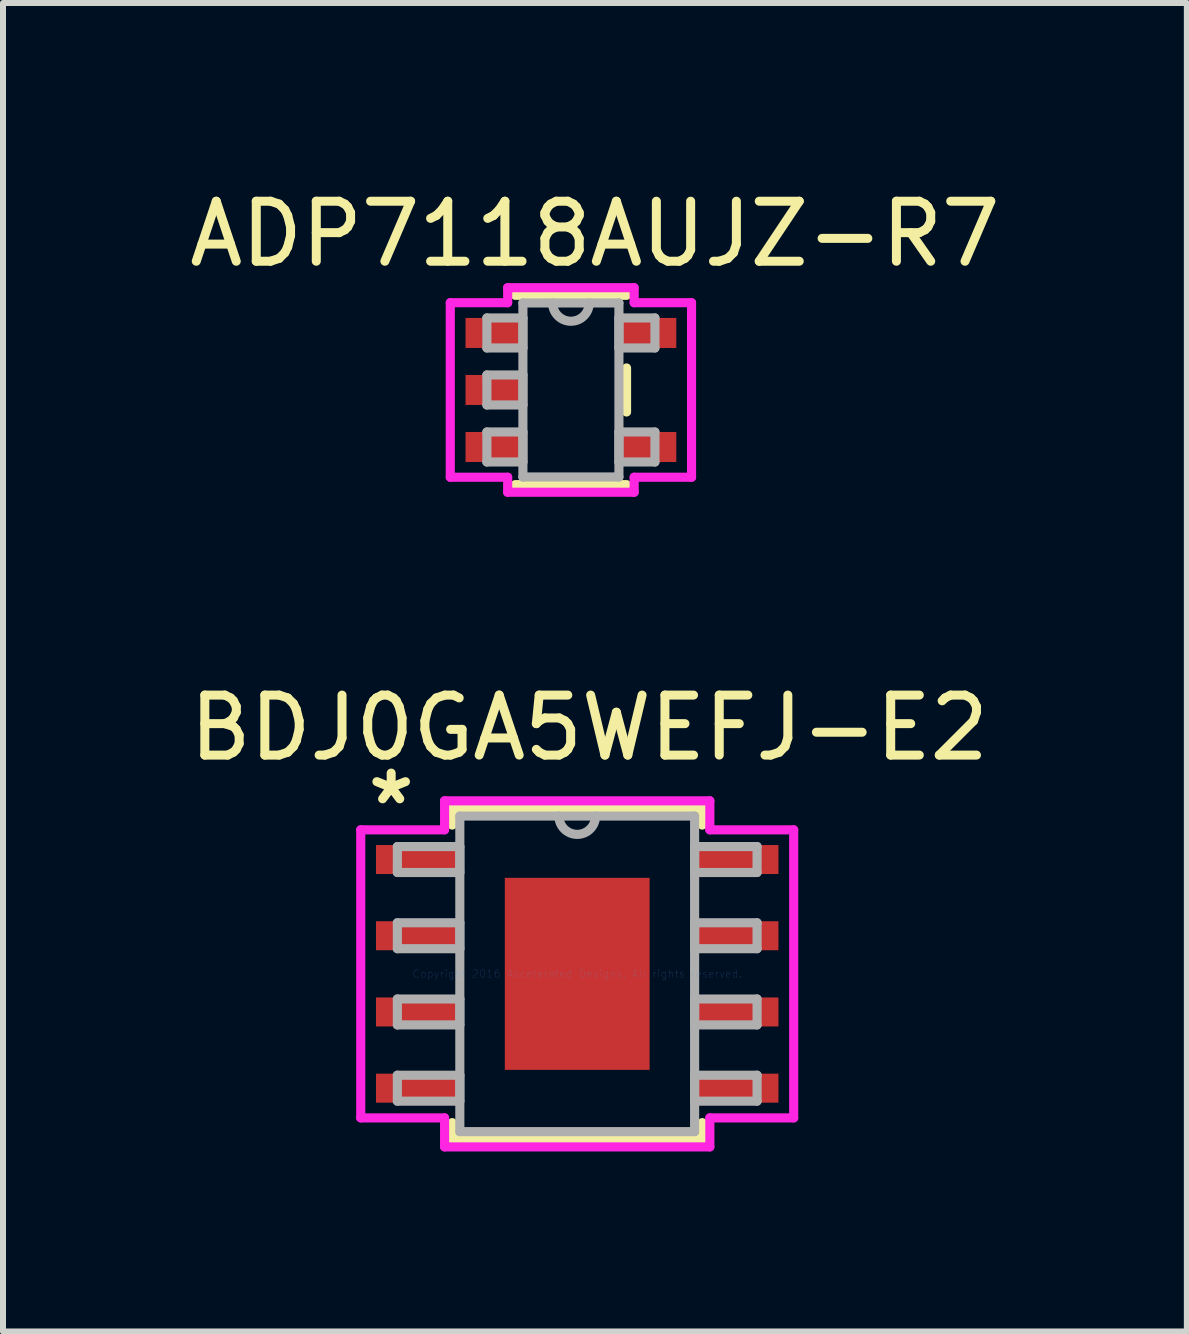
<source format=kicad_pcb>
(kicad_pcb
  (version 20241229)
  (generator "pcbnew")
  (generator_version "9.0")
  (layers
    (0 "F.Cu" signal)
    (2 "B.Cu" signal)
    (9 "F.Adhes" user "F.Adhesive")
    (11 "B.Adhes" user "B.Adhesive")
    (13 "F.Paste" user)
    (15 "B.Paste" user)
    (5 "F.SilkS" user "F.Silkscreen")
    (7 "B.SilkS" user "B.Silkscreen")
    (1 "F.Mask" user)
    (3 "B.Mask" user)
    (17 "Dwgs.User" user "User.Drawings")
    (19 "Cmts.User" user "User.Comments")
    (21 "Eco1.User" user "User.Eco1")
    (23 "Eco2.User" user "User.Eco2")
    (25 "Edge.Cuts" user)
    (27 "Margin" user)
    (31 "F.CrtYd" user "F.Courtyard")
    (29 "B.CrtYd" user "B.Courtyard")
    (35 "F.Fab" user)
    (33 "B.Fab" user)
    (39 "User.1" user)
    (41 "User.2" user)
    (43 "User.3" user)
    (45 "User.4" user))
  (footprint "ADP7118AUJZ-R7"
    (layer "F.Cu")
    (at 6.463 3.448)
    (property "Reference" "ADP7118AUJZ-R7" (at 0.4 -2.6 0) (layer "F.SilkS") (effects (font (size 1 1) (thickness 0.15))))
    (attr through_hole)
    (fp_line (start -0.927 1.577) (end 0.927 1.577) (stroke (width 0.152) (type solid)) (layer "F.SilkS"))
    (fp_line (start 0.927 -1.577) (end -0.927 -1.577) (stroke (width 0.152) (type solid)) (layer "F.SilkS"))
    (fp_line (start 0.927 0.367) (end 0.927 -0.367) (stroke (width 0.152) (type solid)) (layer "F.SilkS"))
    (fp_line (start -2.01 -1.454) (end -1.054 -1.454) (stroke (width 0.152) (type solid)) (layer "F.CrtYd"))
    (fp_line (start -2.01 1.454) (end -2.01 -1.454) (stroke (width 0.152) (type solid)) (layer "F.CrtYd"))
    (fp_line (start -1.054 -1.704) (end 1.054 -1.704) (stroke (width 0.152) (type solid)) (layer "F.CrtYd"))
    (fp_line (start -1.054 -1.454) (end -1.054 -1.704) (stroke (width 0.152) (type solid)) (layer "F.CrtYd"))
    (fp_line (start -1.054 1.454) (end -2.01 1.454) (stroke (width 0.152) (type solid)) (layer "F.CrtYd"))
    (fp_line (start -1.054 1.704) (end -1.054 1.454) (stroke (width 0.152) (type solid)) (layer "F.CrtYd"))
    (fp_line (start 1.054 -1.704) (end 1.054 -1.454) (stroke (width 0.152) (type solid)) (layer "F.CrtYd"))
    (fp_line (start 1.054 -1.454) (end 2.01 -1.454) (stroke (width 0.152) (type solid)) (layer "F.CrtYd"))
    (fp_line (start 1.054 1.454) (end 1.054 1.704) (stroke (width 0.152) (type solid)) (layer "F.CrtYd"))
    (fp_line (start 1.054 1.704) (end -1.054 1.704) (stroke (width 0.152) (type solid)) (layer "F.CrtYd"))
    (fp_line (start 2.01 -1.454) (end 2.01 1.454) (stroke (width 0.152) (type solid)) (layer "F.CrtYd"))
    (fp_line (start 2.01 1.454) (end 1.054 1.454) (stroke (width 0.152) (type solid)) (layer "F.CrtYd"))
    (fp_line (start -1.4 -1.2) (end -1.4 -0.7) (stroke (width 0.152) (type solid)) (layer "F.Fab"))
    (fp_line (start -1.4 -0.7) (end -0.8 -0.7) (stroke (width 0.152) (type solid)) (layer "F.Fab"))
    (fp_line (start -1.4 -0.25) (end -1.4 0.25) (stroke (width 0.152) (type solid)) (layer "F.Fab"))
    (fp_line (start -1.4 0.25) (end -0.8 0.25) (stroke (width 0.152) (type solid)) (layer "F.Fab"))
    (fp_line (start -1.4 0.7) (end -1.4 1.2) (stroke (width 0.152) (type solid)) (layer "F.Fab"))
    (fp_line (start -1.4 1.2) (end -0.8 1.2) (stroke (width 0.152) (type solid)) (layer "F.Fab"))
    (fp_line (start -0.8 -1.45) (end -0.8 1.45) (stroke (width 0.152) (type solid)) (layer "F.Fab"))
    (fp_line (start -0.8 -1.2) (end -1.4 -1.2) (stroke (width 0.152) (type solid)) (layer "F.Fab"))
    (fp_line (start -0.8 -0.7) (end -0.8 -1.2) (stroke (width 0.152) (type solid)) (layer "F.Fab"))
    (fp_line (start -0.8 -0.25) (end -1.4 -0.25) (stroke (width 0.152) (type solid)) (layer "F.Fab"))
    (fp_line (start -0.8 0.25) (end -0.8 -0.25) (stroke (width 0.152) (type solid)) (layer "F.Fab"))
    (fp_line (start -0.8 0.7) (end -1.4 0.7) (stroke (width 0.152) (type solid)) (layer "F.Fab"))
    (fp_line (start -0.8 1.2) (end -0.8 0.7) (stroke (width 0.152) (type solid)) (layer "F.Fab"))
    (fp_line (start -0.8 1.45) (end 0.8 1.45) (stroke (width 0.152) (type solid)) (layer "F.Fab"))
    (fp_line (start 0.8 -1.45) (end -0.8 -1.45) (stroke (width 0.152) (type solid)) (layer "F.Fab"))
    (fp_line (start 0.8 -1.2) (end 0.8 -0.7) (stroke (width 0.152) (type solid)) (layer "F.Fab"))
    (fp_line (start 0.8 -0.7) (end 1.4 -0.7) (stroke (width 0.152) (type solid)) (layer "F.Fab"))
    (fp_line (start 0.8 0.7) (end 0.8 1.2) (stroke (width 0.152) (type solid)) (layer "F.Fab"))
    (fp_line (start 0.8 1.2) (end 1.4 1.2) (stroke (width 0.152) (type solid)) (layer "F.Fab"))
    (fp_line (start 0.8 1.45) (end 0.8 -1.45) (stroke (width 0.152) (type solid)) (layer "F.Fab"))
    (fp_line (start 1.4 -1.2) (end 0.8 -1.2) (stroke (width 0.152) (type solid)) (layer "F.Fab"))
    (fp_line (start 1.4 -0.7) (end 1.4 -1.2) (stroke (width 0.152) (type solid)) (layer "F.Fab"))
    (fp_line (start 1.4 0.7) (end 0.8 0.7) (stroke (width 0.152) (type solid)) (layer "F.Fab"))
    (fp_line (start 1.4 1.2) (end 1.4 0.7) (stroke (width 0.152) (type solid)) (layer "F.Fab"))
    (fp_arc (start 0.3048 -1.45) (mid 0 -1.1452) (end -0.3048 -1.45) (stroke (width 0.1524) (type solid)) (layer "F.Fab"))
    (pad "1" smd rect (at -1.278 -0.95) (size 0.956 0.5) (layers "F.Cu" "F.Mask" "F.Paste"))
    (pad "2" smd rect (at -1.278 0) (size 0.956 0.5) (layers "F.Cu" "F.Mask" "F.Paste"))
    (pad "3" smd rect (at -1.278 0.95) (size 0.956 0.5) (layers "F.Cu" "F.Mask" "F.Paste"))
    (pad "4" smd rect (at 1.278 0.95) (size 0.956 0.5) (layers "F.Cu" "F.Mask" "F.Paste"))
    (pad "5" smd rect (at 1.278 -0.95) (size 0.956 0.5) (layers "F.Cu" "F.Mask" "F.Paste")))
  (footprint "BDJ0GA5WEFJ-E2"
    (layer "F.Cu")
    (at 6.568 13.177)
    (property "Reference" "BDJ0GA5WEFJ-E2" (at 0.2 -4.1 0) (layer "F.SilkS") (effects (font (size 1 1) (thickness 0.15))))
    (attr through_hole)
    (fp_line (start -2.083 -2.756) (end -2.083 -2.479) (stroke (width 0.152) (type solid)) (layer "F.SilkS"))
    (fp_line (start -2.083 2.479) (end -2.083 2.756) (stroke (width 0.152) (type solid)) (layer "F.SilkS"))
    (fp_line (start -2.083 2.756) (end 2.083 2.756) (stroke (width 0.152) (type solid)) (layer "F.SilkS"))
    (fp_line (start 2.083 -2.756) (end -2.083 -2.756) (stroke (width 0.152) (type solid)) (layer "F.SilkS"))
    (fp_line (start 2.083 -2.479) (end 2.083 -2.756) (stroke (width 0.152) (type solid)) (layer "F.SilkS"))
    (fp_line (start 2.083 2.756) (end 2.083 2.479) (stroke (width 0.152) (type solid)) (layer "F.SilkS"))
    (fp_line (start -1.107 -1.5) (end -1.107 -0.1) (stroke (width 0.152) (type solid)) (layer "F.Paste"))
    (fp_line (start -1.107 -0.1) (end 1.107 -0.1) (stroke (width 0.152) (type solid)) (layer "F.Paste"))
    (fp_line (start -1.107 0.1) (end -1.107 1.5) (stroke (width 0.152) (type solid)) (layer "F.Paste"))
    (fp_line (start -1.107 1.5) (end 1.107 1.5) (stroke (width 0.152) (type solid)) (layer "F.Paste"))
    (fp_line (start 1.107 -1.5) (end -1.107 -1.5) (stroke (width 0.152) (type solid)) (layer "F.Paste"))
    (fp_line (start 1.107 -0.1) (end 1.107 -1.5) (stroke (width 0.152) (type solid)) (layer "F.Paste"))
    (fp_line (start 1.107 0.1) (end -1.107 0.1) (stroke (width 0.152) (type solid)) (layer "F.Paste"))
    (fp_line (start 1.107 1.5) (end 1.107 0.1) (stroke (width 0.152) (type solid)) (layer "F.Paste"))
    (fp_line (start -3.607 -2.4) (end -2.21 -2.4) (stroke (width 0.152) (type solid)) (layer "F.CrtYd"))
    (fp_line (start -3.607 2.4) (end -3.607 -2.4) (stroke (width 0.152) (type solid)) (layer "F.CrtYd"))
    (fp_line (start -2.21 -2.883) (end 2.21 -2.883) (stroke (width 0.152) (type solid)) (layer "F.CrtYd"))
    (fp_line (start -2.21 -2.4) (end -2.21 -2.883) (stroke (width 0.152) (type solid)) (layer "F.CrtYd"))
    (fp_line (start -2.21 2.4) (end -3.607 2.4) (stroke (width 0.152) (type solid)) (layer "F.CrtYd"))
    (fp_line (start -2.21 2.883) (end -2.21 2.4) (stroke (width 0.152) (type solid)) (layer "F.CrtYd"))
    (fp_line (start 2.21 -2.883) (end 2.21 -2.4) (stroke (width 0.152) (type solid)) (layer "F.CrtYd"))
    (fp_line (start 2.21 -2.4) (end 3.607 -2.4) (stroke (width 0.152) (type solid)) (layer "F.CrtYd"))
    (fp_line (start 2.21 2.4) (end 2.21 2.883) (stroke (width 0.152) (type solid)) (layer "F.CrtYd"))
    (fp_line (start 2.21 2.883) (end -2.21 2.883) (stroke (width 0.152) (type solid)) (layer "F.CrtYd"))
    (fp_line (start 3.607 -2.4) (end 3.607 2.4) (stroke (width 0.152) (type solid)) (layer "F.CrtYd"))
    (fp_line (start 3.607 2.4) (end 2.21 2.4) (stroke (width 0.152) (type solid)) (layer "F.CrtYd"))
    (fp_line (start -2.997 -2.121) (end -2.997 -1.689) (stroke (width 0.152) (type solid)) (layer "F.Fab"))
    (fp_line (start -2.997 -1.689) (end -1.956 -1.689) (stroke (width 0.152) (type solid)) (layer "F.Fab"))
    (fp_line (start -2.997 -0.851) (end -2.997 -0.419) (stroke (width 0.152) (type solid)) (layer "F.Fab"))
    (fp_line (start -2.997 -0.419) (end -1.956 -0.419) (stroke (width 0.152) (type solid)) (layer "F.Fab"))
    (fp_line (start -2.997 0.419) (end -2.997 0.851) (stroke (width 0.152) (type solid)) (layer "F.Fab"))
    (fp_line (start -2.997 0.851) (end -1.956 0.851) (stroke (width 0.152) (type solid)) (layer "F.Fab"))
    (fp_line (start -2.997 1.689) (end -2.997 2.121) (stroke (width 0.152) (type solid)) (layer "F.Fab"))
    (fp_line (start -2.997 2.121) (end -1.956 2.121) (stroke (width 0.152) (type solid)) (layer "F.Fab"))
    (fp_line (start -1.956 -2.629) (end -1.956 2.629) (stroke (width 0.152) (type solid)) (layer "F.Fab"))
    (fp_line (start -1.956 -2.121) (end -2.997 -2.121) (stroke (width 0.152) (type solid)) (layer "F.Fab"))
    (fp_line (start -1.956 -1.689) (end -1.956 -2.121) (stroke (width 0.152) (type solid)) (layer "F.Fab"))
    (fp_line (start -1.956 -0.851) (end -2.997 -0.851) (stroke (width 0.152) (type solid)) (layer "F.Fab"))
    (fp_line (start -1.956 -0.419) (end -1.956 -0.851) (stroke (width 0.152) (type solid)) (layer "F.Fab"))
    (fp_line (start -1.956 0.419) (end -2.997 0.419) (stroke (width 0.152) (type solid)) (layer "F.Fab"))
    (fp_line (start -1.956 0.851) (end -1.956 0.419) (stroke (width 0.152) (type solid)) (layer "F.Fab"))
    (fp_line (start -1.956 1.689) (end -2.997 1.689) (stroke (width 0.152) (type solid)) (layer "F.Fab"))
    (fp_line (start -1.956 2.121) (end -1.956 1.689) (stroke (width 0.152) (type solid)) (layer "F.Fab"))
    (fp_line (start -1.956 2.629) (end 1.956 2.629) (stroke (width 0.152) (type solid)) (layer "F.Fab"))
    (fp_line (start 1.956 -2.629) (end -1.956 -2.629) (stroke (width 0.152) (type solid)) (layer "F.Fab"))
    (fp_line (start 1.956 -2.121) (end 1.956 -1.689) (stroke (width 0.152) (type solid)) (layer "F.Fab"))
    (fp_line (start 1.956 -1.689) (end 2.997 -1.689) (stroke (width 0.152) (type solid)) (layer "F.Fab"))
    (fp_line (start 1.956 -0.851) (end 1.956 -0.419) (stroke (width 0.152) (type solid)) (layer "F.Fab"))
    (fp_line (start 1.956 -0.419) (end 2.997 -0.419) (stroke (width 0.152) (type solid)) (layer "F.Fab"))
    (fp_line (start 1.956 0.419) (end 1.956 0.851) (stroke (width 0.152) (type solid)) (layer "F.Fab"))
    (fp_line (start 1.956 0.851) (end 2.997 0.851) (stroke (width 0.152) (type solid)) (layer "F.Fab"))
    (fp_line (start 1.956 1.689) (end 1.956 2.121) (stroke (width 0.152) (type solid)) (layer "F.Fab"))
    (fp_line (start 1.956 2.121) (end 2.997 2.121) (stroke (width 0.152) (type solid)) (layer "F.Fab"))
    (fp_line (start 1.956 2.629) (end 1.956 -2.629) (stroke (width 0.152) (type solid)) (layer "F.Fab"))
    (fp_line (start 2.997 -2.121) (end 1.956 -2.121) (stroke (width 0.152) (type solid)) (layer "F.Fab"))
    (fp_line (start 2.997 -1.689) (end 2.997 -2.121) (stroke (width 0.152) (type solid)) (layer "F.Fab"))
    (fp_line (start 2.997 -0.851) (end 1.956 -0.851) (stroke (width 0.152) (type solid)) (layer "F.Fab"))
    (fp_line (start 2.997 -0.419) (end 2.997 -0.851) (stroke (width 0.152) (type solid)) (layer "F.Fab"))
    (fp_line (start 2.997 0.419) (end 1.956 0.419) (stroke (width 0.152) (type solid)) (layer "F.Fab"))
    (fp_line (start 2.997 0.851) (end 2.997 0.419) (stroke (width 0.152) (type solid)) (layer "F.Fab"))
    (fp_line (start 2.997 1.689) (end 1.956 1.689) (stroke (width 0.152) (type solid)) (layer "F.Fab"))
    (fp_line (start 2.997 2.121) (end 2.997 1.689) (stroke (width 0.152) (type solid)) (layer "F.Fab"))
    (fp_arc (start 0.3048 -2.6289) (mid 0 -2.3241) (end -0.3048 -2.6289) (stroke (width 0.1524) (type solid)) (layer "F.Fab"))
    (fp_text user "*" (at -3.1 -2.8 0) (layer "F.SilkS") (effects (font (size 1 1) (thickness 0.15))))
    (fp_text user "Copyright 2016 Accelerated Designs. All rights reserved." (at 0 0 0) (layer "Cmts.User") (effects (font (size 0.127 0.127) (thickness 0.002))))
    (pad "1" smd rect (at -2.667 -1.905) (size 1.372 0.483) (layers "F.Cu" "F.Mask" "F.Paste"))
    (pad "2" smd rect (at -2.667 -0.635) (size 1.372 0.483) (layers "F.Cu" "F.Mask" "F.Paste"))
    (pad "3" smd rect (at -2.667 0.635) (size 1.372 0.483) (layers "F.Cu" "F.Mask" "F.Paste"))
    (pad "4" smd rect (at -2.667 1.905) (size 1.372 0.483) (layers "F.Cu" "F.Mask" "F.Paste"))
    (pad "5" smd rect (at 2.667 1.905) (size 1.372 0.483) (layers "F.Cu" "F.Mask" "F.Paste"))
    (pad "6" smd rect (at 2.667 0.635) (size 1.372 0.483) (layers "F.Cu" "F.Mask" "F.Paste"))
    (pad "7" smd rect (at 2.667 -0.635) (size 1.372 0.483) (layers "F.Cu" "F.Mask" "F.Paste"))
    (pad "8" smd rect (at 2.667 -1.905) (size 1.372 0.483) (layers "F.Cu" "F.Mask" "F.Paste"))
    (pad "EPAD" smd rect (at 0 0) (size 2.413 3.2) (layers "F.Cu" "F.Mask" "F.Paste")))
  (gr_rect
    (start -3 -3)
    (end 16.726 19.136)
    (stroke (width 0.1) (type default))
    (fill no)
    (layer "Edge.Cuts")))
</source>
